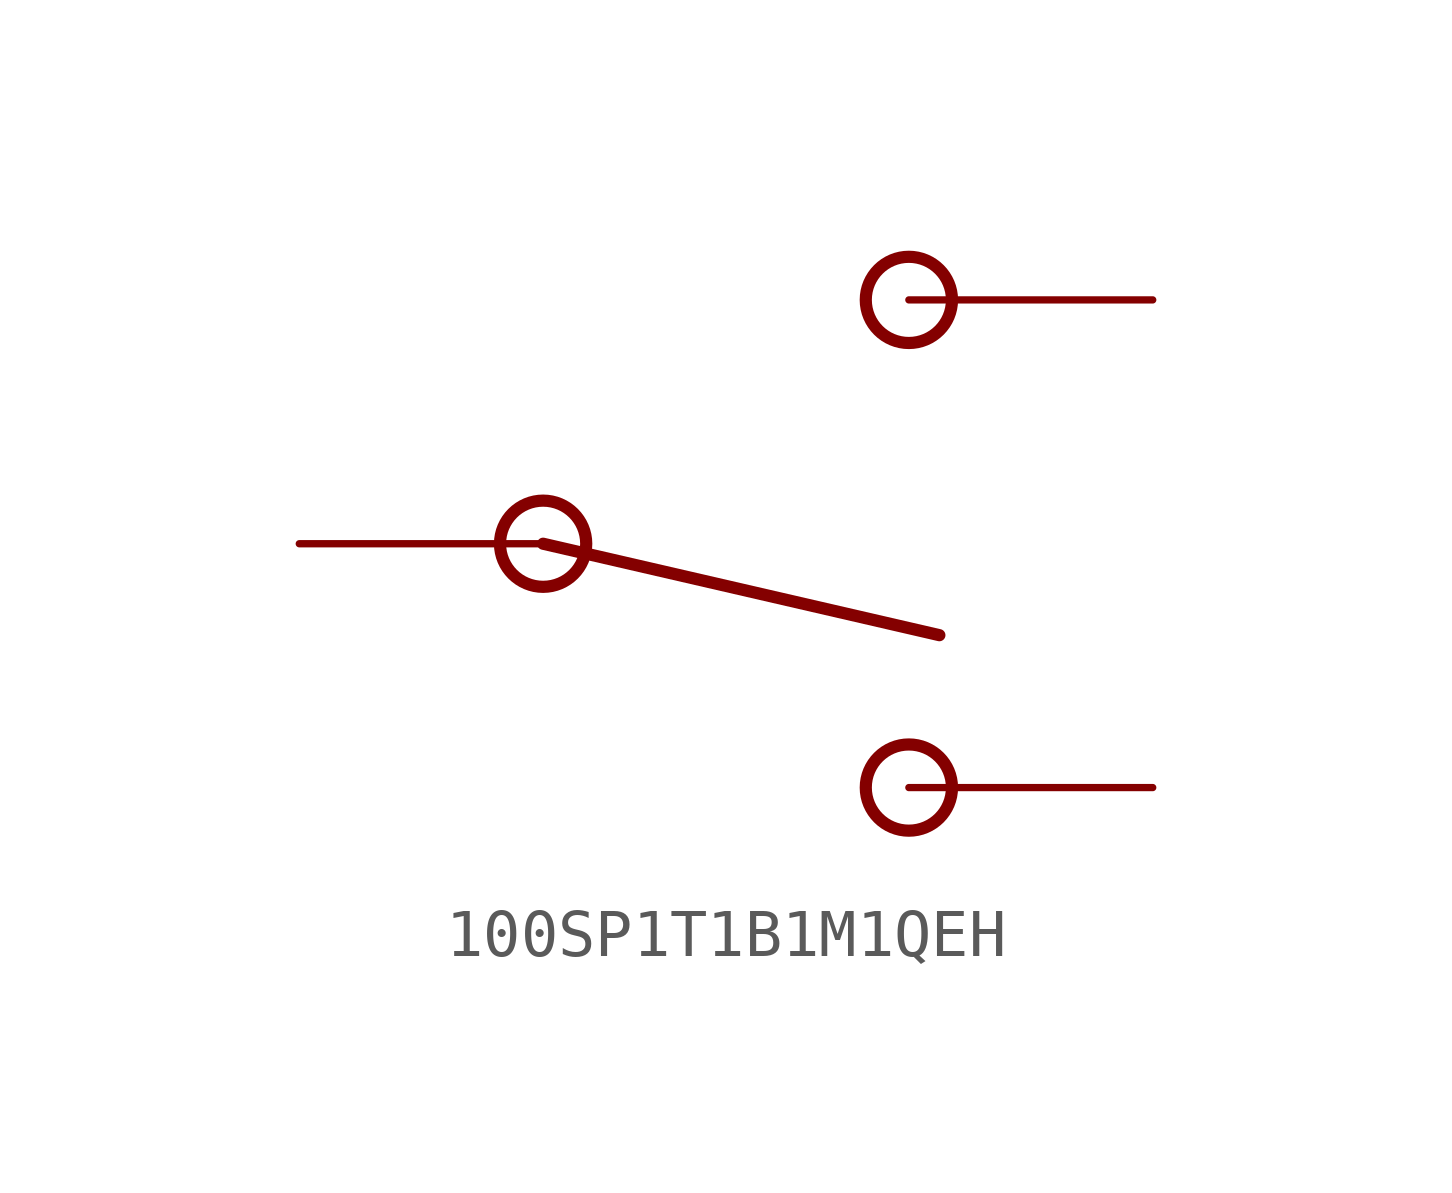
<source format=kicad_sym>
(kicad_symbol_lib
  (version 20231120)
  (generator "kicad_symbol_editor")
  (generator_version "8.0")
  (symbol "100SP1T1B1M1QEH"
    (property "Reference" "SW"
      (at 0 0 0)
      (effects (font (size 1.27 1.27)) (hide yes)))
    (property "ki_locked" ""
      (at 0 0 0)
      (effects (font (size 1.27 1.27))))
    (symbol "100SP1T1B1M1QEH_1_0"
      (polyline (pts (xy 0 5.08) (xy 8.255 3.175)) (stroke (width 0.254) (type solid)) (fill (type none)))
      (circle (center 0 5.08) (radius 0.898) (stroke (width 0.254) (type solid)) (fill (type none)))
      (circle (center 7.62 0) (radius 0.898) (stroke (width 0.254) (type solid)) (fill (type none)))
      (circle (center 7.62 10.16) (radius 0.898) (stroke (width 0.254) (type solid)) (fill (type none)))
      (pin bidirectional line (at 12.7 0 180) (length 5.08) (name "P$3" (effects (font (size 0 0)))) (number "1" (effects (font (size 0 0)))))
      (pin bidirectional line (at 12.7 10.16 180) (length 5.08) (name "P$2" (effects (font (size 0 0)))) (number "2" (effects (font (size 0 0)))))
      (pin bidirectional line (at -5.08 5.08 0) (length 5.08) (name "COM" (effects (font (size 0 0)))) (number "C" (effects (font (size 0 0))))))))
</source>
